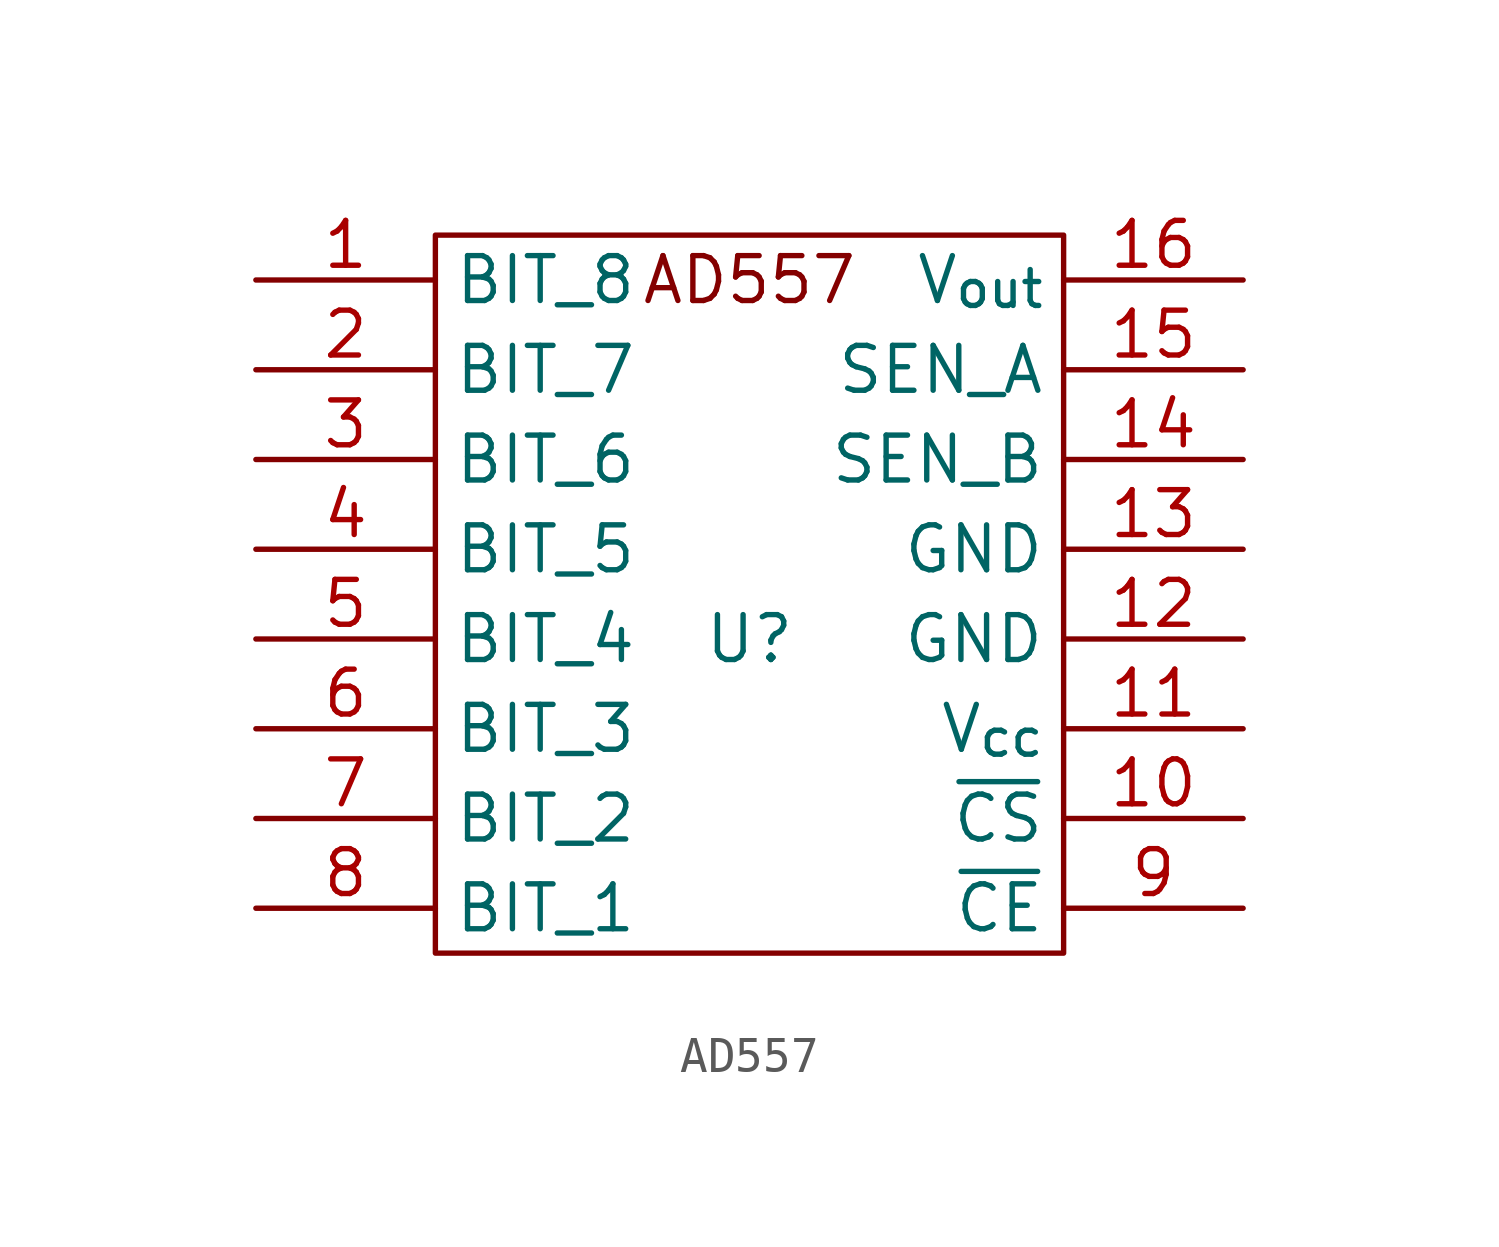
<source format=kicad_sym>
(kicad_symbol_lib
  (version 20220914)
  (generator kicad_symbol_editor)
  (symbol "AD557"
    (property "Reference" "U"
      (at 0 -1.27 0)
      (effects (font (size 1.27 1.27))))
    (property "Value" ""
      (at 0 -1.27 0)
      (effects (font (size 1.27 1.27))))
    (symbol "AD557_0_1"
      (rectangle (start -8.89 10.16) (end 8.89 -10.16) (stroke (width 0) (type default)) (fill (type none))))
    (symbol "AD557_1_0"
      (text "AD557" (at 0 8.89 0) (effects (font (size 1.27 1.27)))))
    (symbol "AD557_1_1"
      (pin input line (at -13.97 8.89 0) (length 5.08) (name "BIT_8" (effects (font (size 1.27 1.27)))) (number "1" (effects (font (size 1.27 1.27)))))
      (pin output line (at 13.97 -6.35 180) (length 5.08) (name "~{CS}" (effects (font (size 1.27 1.27)))) (number "10" (effects (font (size 1.27 1.27)))))
      (pin output line (at 13.97 -3.81 180) (length 5.08) (name "V_{cc}" (effects (font (size 1.27 1.27)))) (number "11" (effects (font (size 1.27 1.27)))))
      (pin output line (at 13.97 -1.27 180) (length 5.08) (name "GND" (effects (font (size 1.27 1.27)))) (number "12" (effects (font (size 1.27 1.27)))))
      (pin output line (at 13.97 1.27 180) (length 5.08) (name "GND" (effects (font (size 1.27 1.27)))) (number "13" (effects (font (size 1.27 1.27)))))
      (pin output line (at 13.97 3.81 180) (length 5.08) (name "SEN_B" (effects (font (size 1.27 1.27)))) (number "14" (effects (font (size 1.27 1.27)))))
      (pin output line (at 13.97 6.35 180) (length 5.08) (name "SEN_A" (effects (font (size 1.27 1.27)))) (number "15" (effects (font (size 1.27 1.27)))))
      (pin output line (at 13.97 8.89 180) (length 5.08) (name "V_{out}" (effects (font (size 1.27 1.27)))) (number "16" (effects (font (size 1.27 1.27)))))
      (pin input line (at -13.97 6.35 0) (length 5.08) (name "BIT_7" (effects (font (size 1.27 1.27)))) (number "2" (effects (font (size 1.27 1.27)))))
      (pin input line (at -13.97 3.81 0) (length 5.08) (name "BIT_6" (effects (font (size 1.27 1.27)))) (number "3" (effects (font (size 1.27 1.27)))))
      (pin input line (at -13.97 1.27 0) (length 5.08) (name "BIT_5" (effects (font (size 1.27 1.27)))) (number "4" (effects (font (size 1.27 1.27)))))
      (pin input line (at -13.97 -1.27 0) (length 5.08) (name "BIT_4" (effects (font (size 1.27 1.27)))) (number "5" (effects (font (size 1.27 1.27)))))
      (pin input line (at -13.97 -3.81 0) (length 5.08) (name "BIT_3" (effects (font (size 1.27 1.27)))) (number "6" (effects (font (size 1.27 1.27)))))
      (pin input line (at -13.97 -6.35 0) (length 5.08) (name "BIT_2" (effects (font (size 1.27 1.27)))) (number "7" (effects (font (size 1.27 1.27)))))
      (pin input line (at -13.97 -8.89 0) (length 5.08) (name "BIT_1" (effects (font (size 1.27 1.27)))) (number "8" (effects (font (size 1.27 1.27)))))
      (pin output line (at 13.97 -8.89 180) (length 5.08) (name "~{CE}" (effects (font (size 1.27 1.27)))) (number "9" (effects (font (size 1.27 1.27))))))))
</source>
